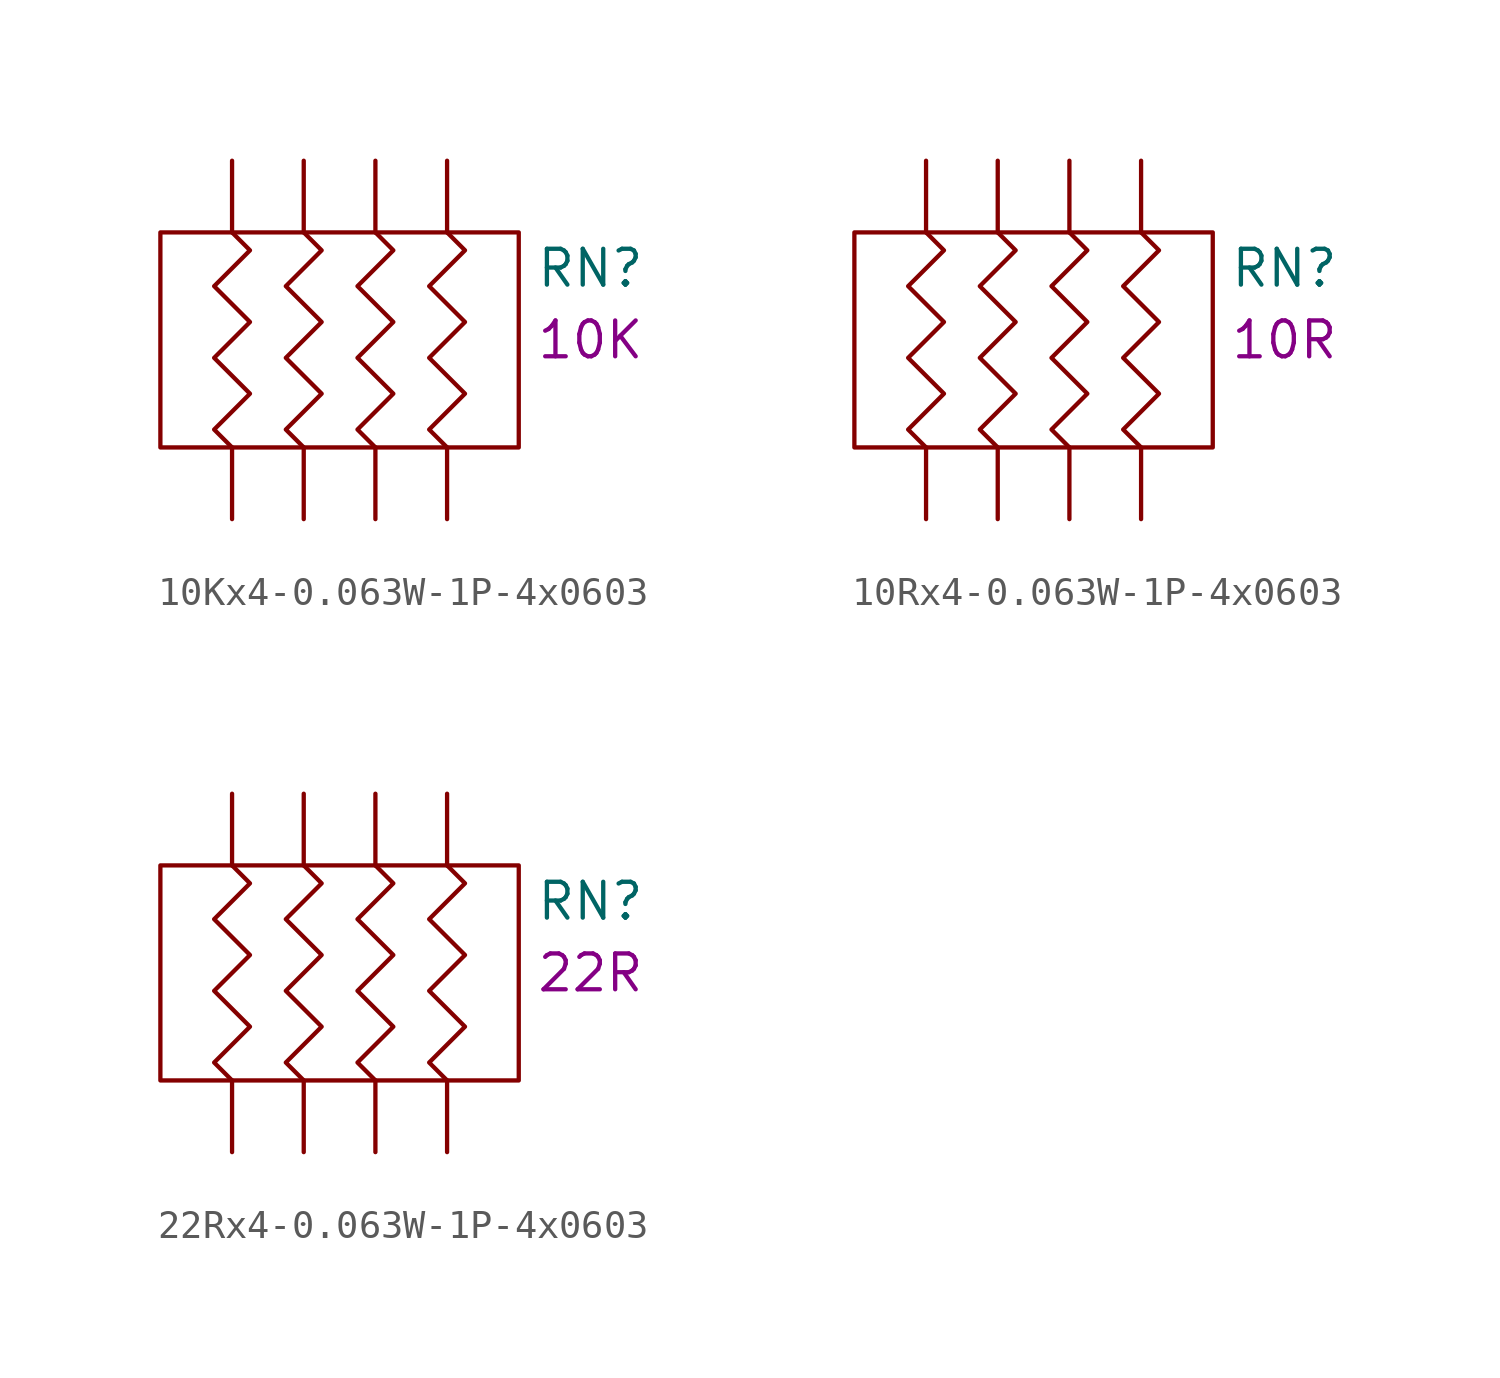
<source format=kicad_sym>
(kicad_symbol_lib
  (version 20211014)
  (generator kicad_symbol_editor)
  (symbol "10Kx4-0.063W-1P-4x0603"
    (pin_numbers hide)
    (pin_names
      (offset 1.27) hide)
    (property "Reference" "RN"
      (at 12.7 8.89 0)
      (effects (font (size 1.27 1.27))))
    (property "Desc1" "10K"
      (at 12.7 6.35 0)
      (effects (font (size 1.27 1.27))))
    (symbol "10Kx4-0.063W-1P-4x0603_0_1"
      (rectangle (start -2.54 2.54) (end 10.16 10.16) (stroke (width 0) (type default) (color 0 0 0 0)) (fill (type none)))
      (polyline (pts (xy 0 10.16) (xy 0.635 9.525) (xy -0.635 8.255) (xy 0.635 6.985) (xy -0.635 5.715) (xy 0.635 4.445) (xy -0.635 3.175) (xy 0 2.54)) (stroke (width 0) (type default) (color 0 0 0 0)) (fill (type none)))
      (polyline (pts (xy 2.54 10.16) (xy 3.175 9.525) (xy 1.905 8.255) (xy 3.175 6.985) (xy 1.905 5.715) (xy 3.175 4.445) (xy 1.905 3.175) (xy 2.54 2.54)) (stroke (width 0) (type default) (color 0 0 0 0)) (fill (type none)))
      (polyline (pts (xy 5.08 10.16) (xy 5.715 9.525) (xy 4.445 8.255) (xy 5.715 6.985) (xy 4.445 5.715) (xy 5.715 4.445) (xy 4.445 3.175) (xy 5.08 2.54)) (stroke (width 0) (type default) (color 0 0 0 0)) (fill (type none)))
      (polyline (pts (xy 7.62 10.16) (xy 8.255 9.525) (xy 6.985 8.255) (xy 8.255 6.985) (xy 6.985 5.715) (xy 8.255 4.445) (xy 6.985 3.175) (xy 7.62 2.54)) (stroke (width 0) (type default) (color 0 0 0 0)) (fill (type none))))
    (symbol "10Kx4-0.063W-1P-4x0603_1_1"
      (pin passive line (at 0 0 90) (length 2.54) (name "1" (effects (font (size 1.27 1.27)))) (number "1" (effects (font (size 1.27 1.27)))))
      (pin passive line (at 2.54 0 90) (length 2.54) (name "2" (effects (font (size 1.27 1.27)))) (number "2" (effects (font (size 1.27 1.27)))))
      (pin passive line (at 5.08 0 90) (length 2.54) (name "3" (effects (font (size 1.27 1.27)))) (number "3" (effects (font (size 1.27 1.27)))))
      (pin passive line (at 7.62 0 90) (length 2.54) (name "4" (effects (font (size 1.27 1.27)))) (number "4" (effects (font (size 1.27 1.27)))))
      (pin passive line (at 7.62 12.7 270) (length 2.54) (name "5" (effects (font (size 1.27 1.27)))) (number "5" (effects (font (size 1.27 1.27)))))
      (pin passive line (at 5.08 12.7 270) (length 2.54) (name "6" (effects (font (size 1.27 1.27)))) (number "6" (effects (font (size 1.27 1.27)))))
      (pin passive line (at 2.54 12.7 270) (length 2.54) (name "7" (effects (font (size 1.27 1.27)))) (number "7" (effects (font (size 1.27 1.27)))))
      (pin passive line (at 0 12.7 270) (length 2.54) (name "8" (effects (font (size 1.27 1.27)))) (number "8" (effects (font (size 1.27 1.27)))))))
  (symbol "10Rx4-0.063W-1P-4x0603"
    (pin_numbers hide)
    (pin_names
      (offset 1.27) hide)
    (property "Reference" "RN"
      (at 12.7 8.89 0)
      (effects (font (size 1.27 1.27))))
    (property "Desc1" "10R"
      (at 12.7 6.35 0)
      (effects (font (size 1.27 1.27))))
    (symbol "10Rx4-0.063W-1P-4x0603_0_1"
      (rectangle (start -2.54 2.54) (end 10.16 10.16) (stroke (width 0) (type default) (color 0 0 0 0)) (fill (type none)))
      (polyline (pts (xy 0 10.16) (xy 0.635 9.525) (xy -0.635 8.255) (xy 0.635 6.985) (xy -0.635 5.715) (xy 0.635 4.445) (xy -0.635 3.175) (xy 0 2.54)) (stroke (width 0) (type default) (color 0 0 0 0)) (fill (type none)))
      (polyline (pts (xy 2.54 10.16) (xy 3.175 9.525) (xy 1.905 8.255) (xy 3.175 6.985) (xy 1.905 5.715) (xy 3.175 4.445) (xy 1.905 3.175) (xy 2.54 2.54)) (stroke (width 0) (type default) (color 0 0 0 0)) (fill (type none)))
      (polyline (pts (xy 5.08 10.16) (xy 5.715 9.525) (xy 4.445 8.255) (xy 5.715 6.985) (xy 4.445 5.715) (xy 5.715 4.445) (xy 4.445 3.175) (xy 5.08 2.54)) (stroke (width 0) (type default) (color 0 0 0 0)) (fill (type none)))
      (polyline (pts (xy 7.62 10.16) (xy 8.255 9.525) (xy 6.985 8.255) (xy 8.255 6.985) (xy 6.985 5.715) (xy 8.255 4.445) (xy 6.985 3.175) (xy 7.62 2.54)) (stroke (width 0) (type default) (color 0 0 0 0)) (fill (type none))))
    (symbol "10Rx4-0.063W-1P-4x0603_1_1"
      (pin passive line (at 0 0 90) (length 2.54) (name "1" (effects (font (size 1.27 1.27)))) (number "1" (effects (font (size 1.27 1.27)))))
      (pin passive line (at 2.54 0 90) (length 2.54) (name "2" (effects (font (size 1.27 1.27)))) (number "2" (effects (font (size 1.27 1.27)))))
      (pin passive line (at 5.08 0 90) (length 2.54) (name "3" (effects (font (size 1.27 1.27)))) (number "3" (effects (font (size 1.27 1.27)))))
      (pin passive line (at 7.62 0 90) (length 2.54) (name "4" (effects (font (size 1.27 1.27)))) (number "4" (effects (font (size 1.27 1.27)))))
      (pin passive line (at 7.62 12.7 270) (length 2.54) (name "5" (effects (font (size 1.27 1.27)))) (number "5" (effects (font (size 1.27 1.27)))))
      (pin passive line (at 5.08 12.7 270) (length 2.54) (name "6" (effects (font (size 1.27 1.27)))) (number "6" (effects (font (size 1.27 1.27)))))
      (pin passive line (at 2.54 12.7 270) (length 2.54) (name "7" (effects (font (size 1.27 1.27)))) (number "7" (effects (font (size 1.27 1.27)))))
      (pin passive line (at 0 12.7 270) (length 2.54) (name "8" (effects (font (size 1.27 1.27)))) (number "8" (effects (font (size 1.27 1.27)))))))
  (symbol "22Rx4-0.063W-1P-4x0603"
    (pin_numbers hide)
    (pin_names
      (offset 1.27) hide)
    (property "Reference" "RN"
      (at 12.7 8.89 0)
      (effects (font (size 1.27 1.27))))
    (property "Desc1" "22R"
      (at 12.7 6.35 0)
      (effects (font (size 1.27 1.27))))
    (symbol "22Rx4-0.063W-1P-4x0603_0_1"
      (rectangle (start -2.54 2.54) (end 10.16 10.16) (stroke (width 0) (type default) (color 0 0 0 0)) (fill (type none)))
      (polyline (pts (xy 0 10.16) (xy 0.635 9.525) (xy -0.635 8.255) (xy 0.635 6.985) (xy -0.635 5.715) (xy 0.635 4.445) (xy -0.635 3.175) (xy 0 2.54)) (stroke (width 0) (type default) (color 0 0 0 0)) (fill (type none)))
      (polyline (pts (xy 2.54 10.16) (xy 3.175 9.525) (xy 1.905 8.255) (xy 3.175 6.985) (xy 1.905 5.715) (xy 3.175 4.445) (xy 1.905 3.175) (xy 2.54 2.54)) (stroke (width 0) (type default) (color 0 0 0 0)) (fill (type none)))
      (polyline (pts (xy 5.08 10.16) (xy 5.715 9.525) (xy 4.445 8.255) (xy 5.715 6.985) (xy 4.445 5.715) (xy 5.715 4.445) (xy 4.445 3.175) (xy 5.08 2.54)) (stroke (width 0) (type default) (color 0 0 0 0)) (fill (type none)))
      (polyline (pts (xy 7.62 10.16) (xy 8.255 9.525) (xy 6.985 8.255) (xy 8.255 6.985) (xy 6.985 5.715) (xy 8.255 4.445) (xy 6.985 3.175) (xy 7.62 2.54)) (stroke (width 0) (type default) (color 0 0 0 0)) (fill (type none))))
    (symbol "22Rx4-0.063W-1P-4x0603_1_1"
      (pin passive line (at 0 0 90) (length 2.54) (name "1" (effects (font (size 1.27 1.27)))) (number "1" (effects (font (size 1.27 1.27)))))
      (pin passive line (at 2.54 0 90) (length 2.54) (name "2" (effects (font (size 1.27 1.27)))) (number "2" (effects (font (size 1.27 1.27)))))
      (pin passive line (at 5.08 0 90) (length 2.54) (name "3" (effects (font (size 1.27 1.27)))) (number "3" (effects (font (size 1.27 1.27)))))
      (pin passive line (at 7.62 0 90) (length 2.54) (name "4" (effects (font (size 1.27 1.27)))) (number "4" (effects (font (size 1.27 1.27)))))
      (pin passive line (at 7.62 12.7 270) (length 2.54) (name "5" (effects (font (size 1.27 1.27)))) (number "5" (effects (font (size 1.27 1.27)))))
      (pin passive line (at 5.08 12.7 270) (length 2.54) (name "6" (effects (font (size 1.27 1.27)))) (number "6" (effects (font (size 1.27 1.27)))))
      (pin passive line (at 2.54 12.7 270) (length 2.54) (name "7" (effects (font (size 1.27 1.27)))) (number "7" (effects (font (size 1.27 1.27)))))
      (pin passive line (at 0 12.7 270) (length 2.54) (name "8" (effects (font (size 1.27 1.27)))) (number "8" (effects (font (size 1.27 1.27))))))))
</source>
